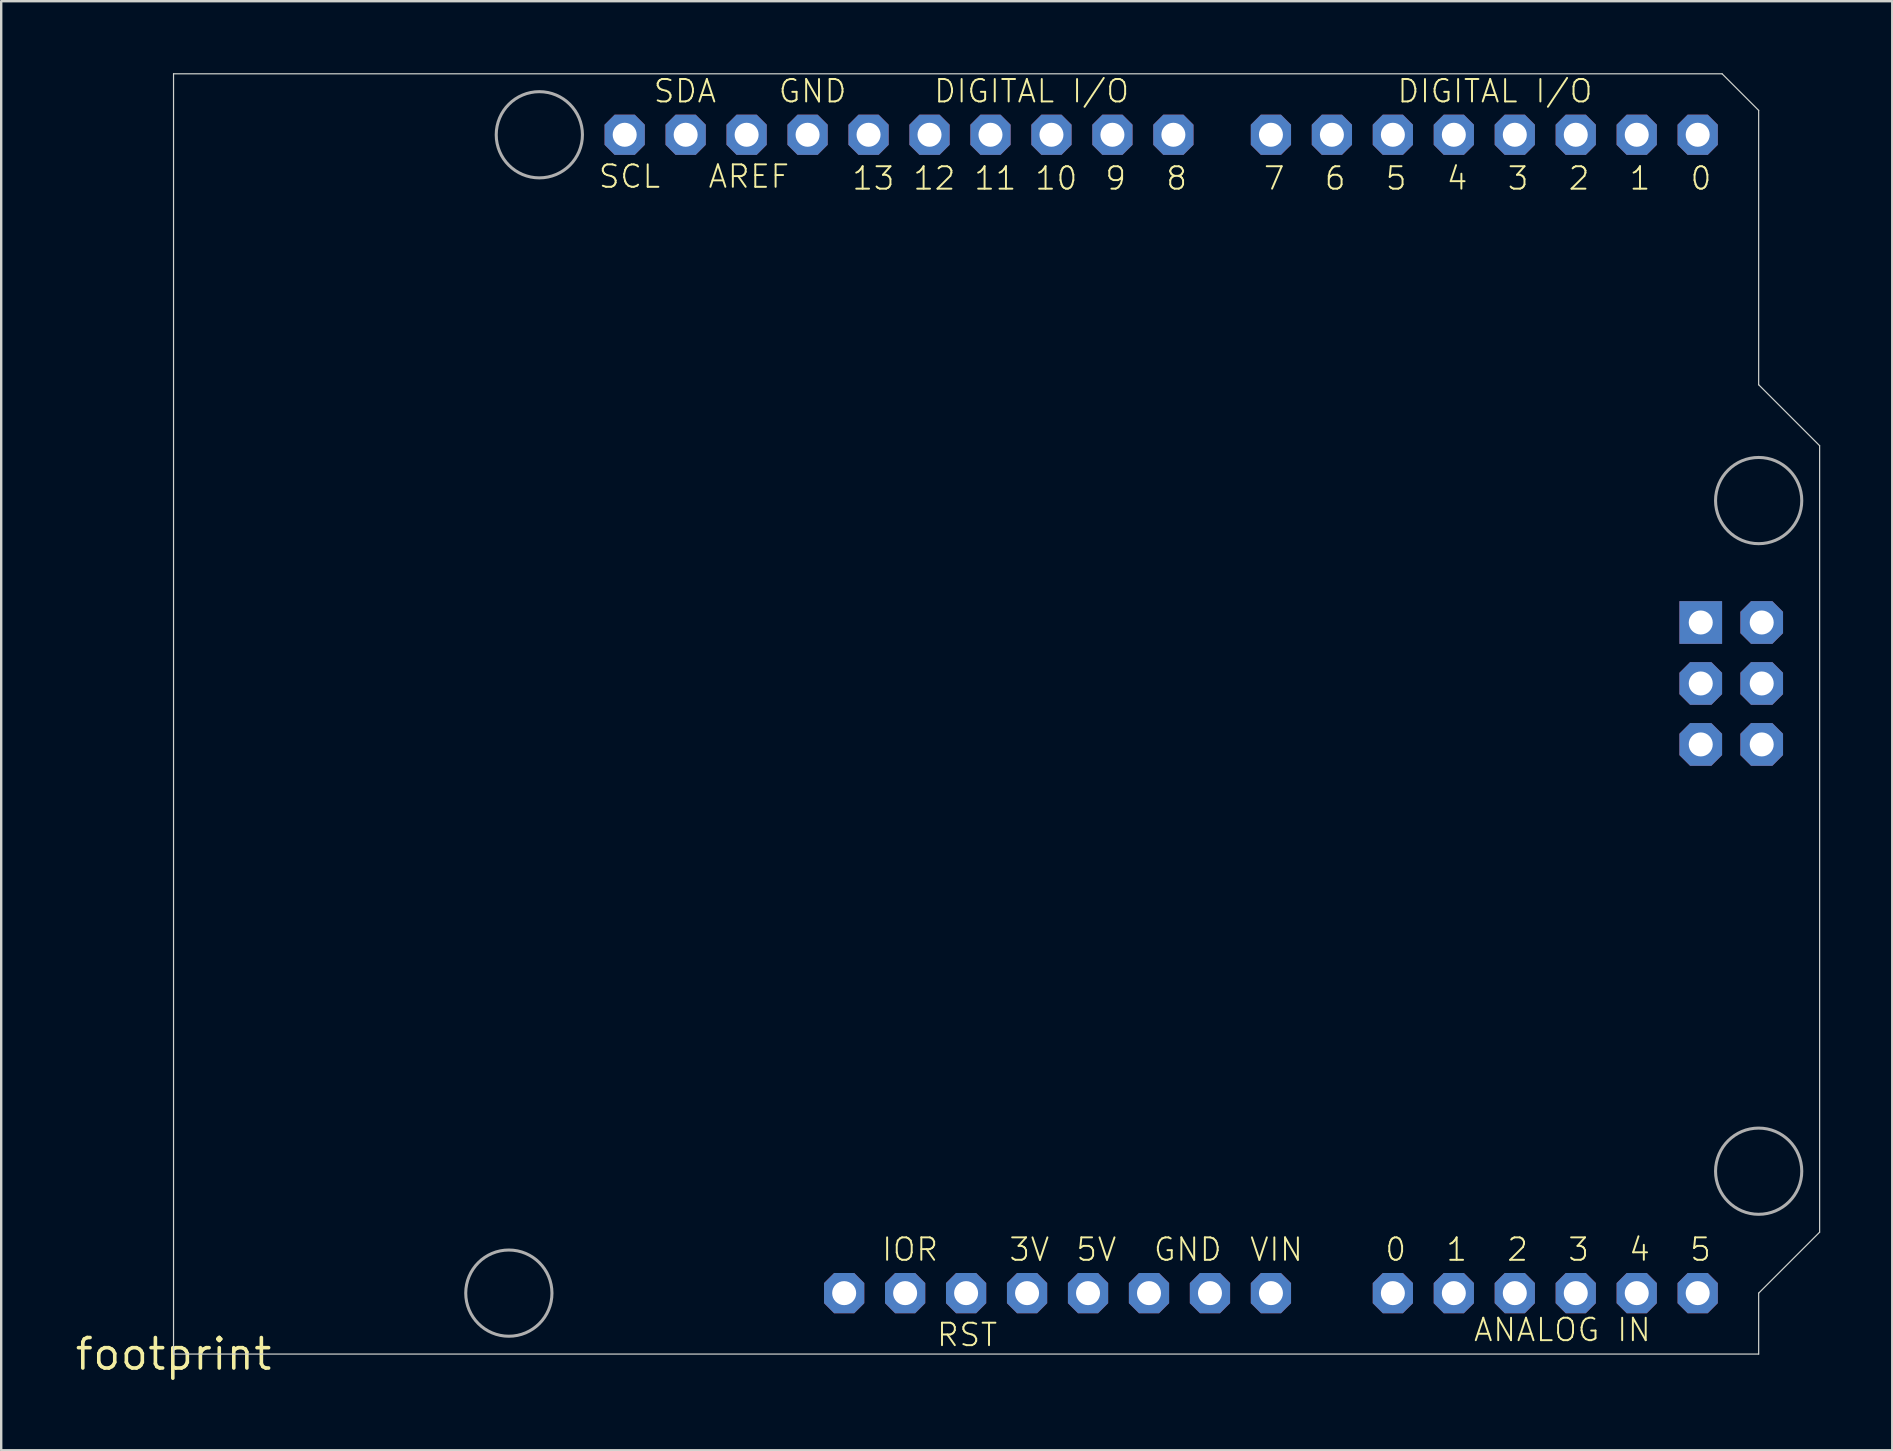
<source format=kicad_pcb>
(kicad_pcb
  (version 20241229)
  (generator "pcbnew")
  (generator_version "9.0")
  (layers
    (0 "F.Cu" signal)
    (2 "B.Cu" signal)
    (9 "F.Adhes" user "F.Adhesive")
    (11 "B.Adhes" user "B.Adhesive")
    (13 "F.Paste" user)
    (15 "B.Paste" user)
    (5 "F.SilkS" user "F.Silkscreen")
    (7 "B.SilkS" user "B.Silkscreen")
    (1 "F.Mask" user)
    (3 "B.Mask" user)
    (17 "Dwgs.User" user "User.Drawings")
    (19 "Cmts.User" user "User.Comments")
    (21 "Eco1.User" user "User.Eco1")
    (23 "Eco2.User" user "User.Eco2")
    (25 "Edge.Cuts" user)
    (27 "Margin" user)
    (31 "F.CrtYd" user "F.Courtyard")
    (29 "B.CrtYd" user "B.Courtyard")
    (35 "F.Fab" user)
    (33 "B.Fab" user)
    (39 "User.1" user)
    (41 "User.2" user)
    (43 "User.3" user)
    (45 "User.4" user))
  (footprint "footprint"
    (layer "F.Cu")
    (at 4.18 53.365)
    (property "Reference" "footprint" (at 0 0 0) (layer "F.SilkS") (effects (font (size 1.27 1.27) (thickness 0.15))))
    (fp_line (start 0 -53.34) (end 0 0) (stroke (width 0.05) (type solid)) (layer "Edge.Cuts"))
    (fp_line (start 0 0) (end 66.04 0) (stroke (width 0.05) (type solid)) (layer "Edge.Cuts"))
    (fp_line (start 64.516 -53.34) (end 0 -53.34) (stroke (width 0.05) (type solid)) (layer "Edge.Cuts"))
    (fp_line (start 66.04 -51.816) (end 64.516 -53.34) (stroke (width 0.05) (type solid)) (layer "Edge.Cuts"))
    (fp_line (start 66.04 -40.386) (end 66.04 -51.816) (stroke (width 0.05) (type solid)) (layer "Edge.Cuts"))
    (fp_line (start 66.04 -2.54) (end 68.58 -5.08) (stroke (width 0.05) (type solid)) (layer "Edge.Cuts"))
    (fp_line (start 66.04 0) (end 66.04 -2.54) (stroke (width 0.05) (type solid)) (layer "Edge.Cuts"))
    (fp_line (start 68.58 -37.846) (end 66.04 -40.386) (stroke (width 0.05) (type solid)) (layer "Edge.Cuts"))
    (fp_line (start 68.58 -5.08) (end 68.58 -37.846) (stroke (width 0.05) (type solid)) (layer "Edge.Cuts"))
    (fp_circle (center 13.97 -2.54) (end 15.766 -2.54) (stroke (width 0.127) (type solid)) (fill no) (layer "F.Fab"))
    (fp_circle (center 15.24 -50.8) (end 17.036 -50.8) (stroke (width 0.127) (type solid)) (fill no) (layer "F.Fab"))
    (fp_circle (center 66.04 -35.56) (end 67.836 -35.56) (stroke (width 0.127) (type solid)) (fill no) (layer "F.Fab"))
    (fp_circle (center 66.04 -7.62) (end 67.836 -7.62) (stroke (width 0.127) (type solid)) (fill no) (layer "F.Fab"))
    (fp_text user "2" (at 55.499 -3.81 0) (layer "F.SilkS") (effects (font (size 0.935 0.935) (thickness 0.081)) (justify left bottom)))
    (fp_text user "8" (at 42.291 -49.53 0) (layer "F.SilkS") (effects (font (size 0.935 0.935) (thickness 0.081)) (justify right top)))
    (fp_text user "3V" (at 34.752 -3.81 0) (layer "F.SilkS") (effects (font (size 0.935 0.935) (thickness 0.081)) (justify left bottom)))
    (fp_text user "3" (at 56.515 -49.53 0) (layer "F.SilkS") (effects (font (size 0.935 0.935) (thickness 0.081)) (justify right top)))
    (fp_text user "12" (at 32.639 -49.53 0) (layer "F.SilkS") (effects (font (size 0.935 0.935) (thickness 0.081)) (justify right top)))
    (fp_text user "7" (at 46.355 -49.53 0) (layer "F.SilkS") (effects (font (size 0.935 0.935) (thickness 0.081)) (justify right top)))
    (fp_text user "RST" (at 31.74 -0.254 0) (layer "F.SilkS") (effects (font (size 0.935 0.935) (thickness 0.081)) (justify left bottom)))
    (fp_text user "SCL" (at 17.653 -48.514 0) (layer "F.SilkS") (effects (font (size 0.935 0.935) (thickness 0.081)) (justify left bottom)))
    (fp_text user "1" (at 52.959 -3.81 0) (layer "F.SilkS") (effects (font (size 0.935 0.935) (thickness 0.081)) (justify left bottom)))
    (fp_text user "3" (at 58.039 -3.81 0) (layer "F.SilkS") (effects (font (size 0.935 0.935) (thickness 0.081)) (justify left bottom)))
    (fp_text user "2" (at 59.055 -49.53 0) (layer "F.SilkS") (effects (font (size 0.935 0.935) (thickness 0.081)) (justify right top)))
    (fp_text user "5V" (at 37.546 -3.81 0) (layer "F.SilkS") (effects (font (size 0.935 0.935) (thickness 0.081)) (justify left bottom)))
    (fp_text user "VIN" (at 44.785 -3.81 0) (layer "F.SilkS") (effects (font (size 0.935 0.935) (thickness 0.081)) (justify left bottom)))
    (fp_text user "5" (at 63.119 -3.81 0) (layer "F.SilkS") (effects (font (size 0.935 0.935) (thickness 0.081)) (justify left bottom)))
    (fp_text user "SDA" (at 19.939 -52.07 0) (layer "F.SilkS") (effects (font (size 0.935 0.935) (thickness 0.081)) (justify left bottom)))
    (fp_text user "10" (at 37.719 -49.53 0) (layer "F.SilkS") (effects (font (size 0.935 0.935) (thickness 0.081)) (justify right top)))
    (fp_text user "4" (at 53.975 -49.53 0) (layer "F.SilkS") (effects (font (size 0.935 0.935) (thickness 0.081)) (justify right top)))
    (fp_text user "ANALOG IN" (at 54.112 -0.462 0) (layer "F.SilkS") (effects (font (size 0.935 0.935) (thickness 0.081)) (justify left bottom)))
    (fp_text user "5" (at 51.435 -49.53 0) (layer "F.SilkS") (effects (font (size 0.935 0.935) (thickness 0.081)) (justify right top)))
    (fp_text user "1" (at 61.595 -49.53 0) (layer "F.SilkS") (effects (font (size 0.935 0.935) (thickness 0.081)) (justify right top)))
    (fp_text user "0" (at 50.419 -3.81 0) (layer "F.SilkS") (effects (font (size 0.935 0.935) (thickness 0.081)) (justify left bottom)))
    (fp_text user "11" (at 35.179 -49.53 0) (layer "F.SilkS") (effects (font (size 0.935 0.935) (thickness 0.081)) (justify right top)))
    (fp_text user "AREF" (at 22.225 -48.514 0) (layer "F.SilkS") (effects (font (size 0.935 0.935) (thickness 0.081)) (justify left bottom)))
    (fp_text user "DIGITAL I/O" (at 31.623 -52.07 0) (layer "F.SilkS") (effects (font (size 0.935 0.935) (thickness 0.081)) (justify left bottom)))
    (fp_text user "IOR" (at 29.454 -3.81 0) (layer "F.SilkS") (effects (font (size 0.935 0.935) (thickness 0.081)) (justify left bottom)))
    (fp_text user "4" (at 60.579 -3.81 0) (layer "F.SilkS") (effects (font (size 0.935 0.935) (thickness 0.081)) (justify left bottom)))
    (fp_text user "GND" (at 25.146 -52.07 0) (layer "F.SilkS") (effects (font (size 0.935 0.935) (thickness 0.081)) (justify left bottom)))
    (fp_text user "13" (at 30.099 -49.53 0) (layer "F.SilkS") (effects (font (size 0.935 0.935) (thickness 0.081)) (justify right top)))
    (fp_text user "9" (at 39.751 -49.53 0) (layer "F.SilkS") (effects (font (size 0.935 0.935) (thickness 0.081)) (justify right top)))
    (fp_text user "DIGITAL I/O" (at 50.927 -52.07 0) (layer "F.SilkS") (effects (font (size 0.935 0.935) (thickness 0.081)) (justify left bottom)))
    (fp_text user "0" (at 64.135 -49.53 0) (layer "F.SilkS") (effects (font (size 0.935 0.935) (thickness 0.081)) (justify right top)))
    (fp_text user "6" (at 48.895 -49.53 0) (layer "F.SilkS") (effects (font (size 0.935 0.935) (thickness 0.081)) (justify right top)))
    (fp_text user "GND" (at 40.777 -3.81 0) (layer "F.SilkS") (effects (font (size 0.935 0.935) (thickness 0.081)) (justify left bottom)))
    (pad "3V" thru_hole roundrect (at 35.56 -2.54) (size 1.676 1.676) (drill 1) (layers "*.Cu" "*.Mask") (roundrect_rratio 0.25) (chamfer_ratio 0.25) (chamfer top_left top_right bottom_left bottom_right))
    (pad "5V" thru_hole roundrect (at 38.1 -2.54) (size 1.676 1.676) (drill 1) (layers "*.Cu" "*.Mask") (roundrect_rratio 0.25) (chamfer_ratio 0.25) (chamfer top_left top_right bottom_left bottom_right))
    (pad "5V_ICSP" thru_hole roundrect (at 66.167 -30.48) (size 1.778 1.778) (drill 1) (layers "*.Cu" "*.Mask") (roundrect_rratio 0.25) (chamfer_ratio 0.25) (chamfer top_left top_right bottom_left bottom_right))
    (pad "A0" thru_hole roundrect (at 50.8 -2.54) (size 1.676 1.676) (drill 1) (layers "*.Cu" "*.Mask") (roundrect_rratio 0.25) (chamfer_ratio 0.25) (chamfer top_left top_right bottom_left bottom_right))
    (pad "A1" thru_hole roundrect (at 53.34 -2.54) (size 1.676 1.676) (drill 1) (layers "*.Cu" "*.Mask") (roundrect_rratio 0.25) (chamfer_ratio 0.25) (chamfer top_left top_right bottom_left bottom_right))
    (pad "A2" thru_hole roundrect (at 55.88 -2.54) (size 1.676 1.676) (drill 1) (layers "*.Cu" "*.Mask") (roundrect_rratio 0.25) (chamfer_ratio 0.25) (chamfer top_left top_right bottom_left bottom_right))
    (pad "A3" thru_hole roundrect (at 58.42 -2.54) (size 1.676 1.676) (drill 1) (layers "*.Cu" "*.Mask") (roundrect_rratio 0.25) (chamfer_ratio 0.25) (chamfer top_left top_right bottom_left bottom_right))
    (pad "A4" thru_hole roundrect (at 60.96 -2.54) (size 1.676 1.676) (drill 1) (layers "*.Cu" "*.Mask") (roundrect_rratio 0.25) (chamfer_ratio 0.25) (chamfer top_left top_right bottom_left bottom_right))
    (pad "A5" thru_hole roundrect (at 63.5 -2.54) (size 1.676 1.676) (drill 1) (layers "*.Cu" "*.Mask") (roundrect_rratio 0.25) (chamfer_ratio 0.25) (chamfer top_left top_right bottom_left bottom_right))
    (pad "AREF" thru_hole roundrect (at 23.876 -50.8) (size 1.676 1.676) (drill 1) (layers "*.Cu" "*.Mask") (roundrect_rratio 0.25) (chamfer_ratio 0.25) (chamfer top_left top_right bottom_left bottom_right))
    (pad "D0" thru_hole roundrect (at 63.5 -50.8) (size 1.676 1.676) (drill 1) (layers "*.Cu" "*.Mask") (roundrect_rratio 0.25) (chamfer_ratio 0.25) (chamfer top_left top_right bottom_left bottom_right))
    (pad "D1" thru_hole roundrect (at 60.96 -50.8) (size 1.676 1.676) (drill 1) (layers "*.Cu" "*.Mask") (roundrect_rratio 0.25) (chamfer_ratio 0.25) (chamfer top_left top_right bottom_left bottom_right))
    (pad "D2" thru_hole roundrect (at 58.42 -50.8) (size 1.676 1.676) (drill 1) (layers "*.Cu" "*.Mask") (roundrect_rratio 0.25) (chamfer_ratio 0.25) (chamfer top_left top_right bottom_left bottom_right))
    (pad "D3" thru_hole roundrect (at 55.88 -50.8) (size 1.676 1.676) (drill 1) (layers "*.Cu" "*.Mask") (roundrect_rratio 0.25) (chamfer_ratio 0.25) (chamfer top_left top_right bottom_left bottom_right))
    (pad "D4" thru_hole roundrect (at 53.34 -50.8) (size 1.676 1.676) (drill 1) (layers "*.Cu" "*.Mask") (roundrect_rratio 0.25) (chamfer_ratio 0.25) (chamfer top_left top_right bottom_left bottom_right))
    (pad "D5" thru_hole roundrect (at 50.8 -50.8) (size 1.676 1.676) (drill 1) (layers "*.Cu" "*.Mask") (roundrect_rratio 0.25) (chamfer_ratio 0.25) (chamfer top_left top_right bottom_left bottom_right))
    (pad "D6" thru_hole roundrect (at 48.26 -50.8) (size 1.676 1.676) (drill 1) (layers "*.Cu" "*.Mask") (roundrect_rratio 0.25) (chamfer_ratio 0.25) (chamfer top_left top_right bottom_left bottom_right))
    (pad "D7" thru_hole roundrect (at 45.72 -50.8) (size 1.676 1.676) (drill 1) (layers "*.Cu" "*.Mask") (roundrect_rratio 0.25) (chamfer_ratio 0.25) (chamfer top_left top_right bottom_left bottom_right))
    (pad "D8" thru_hole roundrect (at 41.656 -50.8) (size 1.676 1.676) (drill 1) (layers "*.Cu" "*.Mask") (roundrect_rratio 0.25) (chamfer_ratio 0.25) (chamfer top_left top_right bottom_left bottom_right))
    (pad "D9" thru_hole roundrect (at 39.116 -50.8) (size 1.676 1.676) (drill 1) (layers "*.Cu" "*.Mask") (roundrect_rratio 0.25) (chamfer_ratio 0.25) (chamfer top_left top_right bottom_left bottom_right))
    (pad "D10" thru_hole roundrect (at 36.576 -50.8) (size 1.676 1.676) (drill 1) (layers "*.Cu" "*.Mask") (roundrect_rratio 0.25) (chamfer_ratio 0.25) (chamfer top_left top_right bottom_left bottom_right))
    (pad "D11" thru_hole roundrect (at 34.036 -50.8) (size 1.676 1.676) (drill 1) (layers "*.Cu" "*.Mask") (roundrect_rratio 0.25) (chamfer_ratio 0.25) (chamfer top_left top_right bottom_left bottom_right))
    (pad "D12" thru_hole roundrect (at 31.496 -50.8) (size 1.676 1.676) (drill 1) (layers "*.Cu" "*.Mask") (roundrect_rratio 0.25) (chamfer_ratio 0.25) (chamfer top_left top_right bottom_left bottom_right))
    (pad "D13" thru_hole roundrect (at 28.956 -50.8) (size 1.676 1.676) (drill 1) (layers "*.Cu" "*.Mask") (roundrect_rratio 0.25) (chamfer_ratio 0.25) (chamfer top_left top_right bottom_left bottom_right))
    (pad "GND" thru_hole roundrect (at 26.416 -50.8) (size 1.676 1.676) (drill 1) (layers "*.Cu" "*.Mask") (roundrect_rratio 0.25) (chamfer_ratio 0.25) (chamfer top_left top_right bottom_left bottom_right))
    (pad "GND@1" thru_hole roundrect (at 43.18 -2.54) (size 1.676 1.676) (drill 1) (layers "*.Cu" "*.Mask") (roundrect_rratio 0.25) (chamfer_ratio 0.25) (chamfer top_left top_right bottom_left bottom_right))
    (pad "GND@2" thru_hole roundrect (at 40.64 -2.54) (size 1.676 1.676) (drill 1) (layers "*.Cu" "*.Mask") (roundrect_rratio 0.25) (chamfer_ratio 0.25) (chamfer top_left top_right bottom_left bottom_right))
    (pad "GND@3" thru_hole roundrect (at 66.167 -25.4) (size 1.778 1.778) (drill 1) (layers "*.Cu" "*.Mask") (roundrect_rratio 0.25) (chamfer_ratio 0.25) (chamfer top_left top_right bottom_left bottom_right))
    (pad "IOREF" thru_hole roundrect (at 30.48 -2.54) (size 1.676 1.676) (drill 1) (layers "*.Cu" "*.Mask") (roundrect_rratio 0.25) (chamfer_ratio 0.25) (chamfer top_left top_right bottom_left bottom_right))
    (pad "MISO" thru_hole rect (at 63.627 -30.48) (size 1.778 1.778) (drill 1) (layers "*.Cu" "*.Mask"))
    (pad "MOSI" thru_hole roundrect (at 66.167 -27.94) (size 1.778 1.778) (drill 1) (layers "*.Cu" "*.Mask") (roundrect_rratio 0.25) (chamfer_ratio 0.25) (chamfer top_left top_right bottom_left bottom_right))
    (pad "RESERVED" thru_hole roundrect (at 27.94 -2.54) (size 1.676 1.676) (drill 1) (layers "*.Cu" "*.Mask") (roundrect_rratio 0.25) (chamfer_ratio 0.25) (chamfer top_left top_right bottom_left bottom_right))
    (pad "RESET" thru_hole roundrect (at 33.02 -2.54) (size 1.676 1.676) (drill 1) (layers "*.Cu" "*.Mask") (roundrect_rratio 0.25) (chamfer_ratio 0.25) (chamfer top_left top_right bottom_left bottom_right))
    (pad "RESET_ICSP" thru_hole roundrect (at 63.627 -25.4) (size 1.778 1.778) (drill 1) (layers "*.Cu" "*.Mask") (roundrect_rratio 0.25) (chamfer_ratio 0.25) (chamfer top_left top_right bottom_left bottom_right))
    (pad "SCK" thru_hole roundrect (at 63.627 -27.94) (size 1.778 1.778) (drill 1) (layers "*.Cu" "*.Mask") (roundrect_rratio 0.25) (chamfer_ratio 0.25) (chamfer top_left top_right bottom_left bottom_right))
    (pad "SCL" thru_hole roundrect (at 18.796 -50.8) (size 1.676 1.676) (drill 1) (layers "*.Cu" "*.Mask") (roundrect_rratio 0.25) (chamfer_ratio 0.25) (chamfer top_left top_right bottom_left bottom_right))
    (pad "SDA" thru_hole roundrect (at 21.336 -50.8) (size 1.676 1.676) (drill 1) (layers "*.Cu" "*.Mask") (roundrect_rratio 0.25) (chamfer_ratio 0.25) (chamfer top_left top_right bottom_left bottom_right))
    (pad "VIN" thru_hole roundrect (at 45.72 -2.54) (size 1.676 1.676) (drill 1) (layers "*.Cu" "*.Mask") (roundrect_rratio 0.25) (chamfer_ratio 0.25) (chamfer top_left top_right bottom_left bottom_right)))
  (gr_rect
    (start -3 -3)
    (end 75.785 57.371)
    (stroke (width 0.1) (type default))
    (fill no)
    (layer "Edge.Cuts")))
</source>
